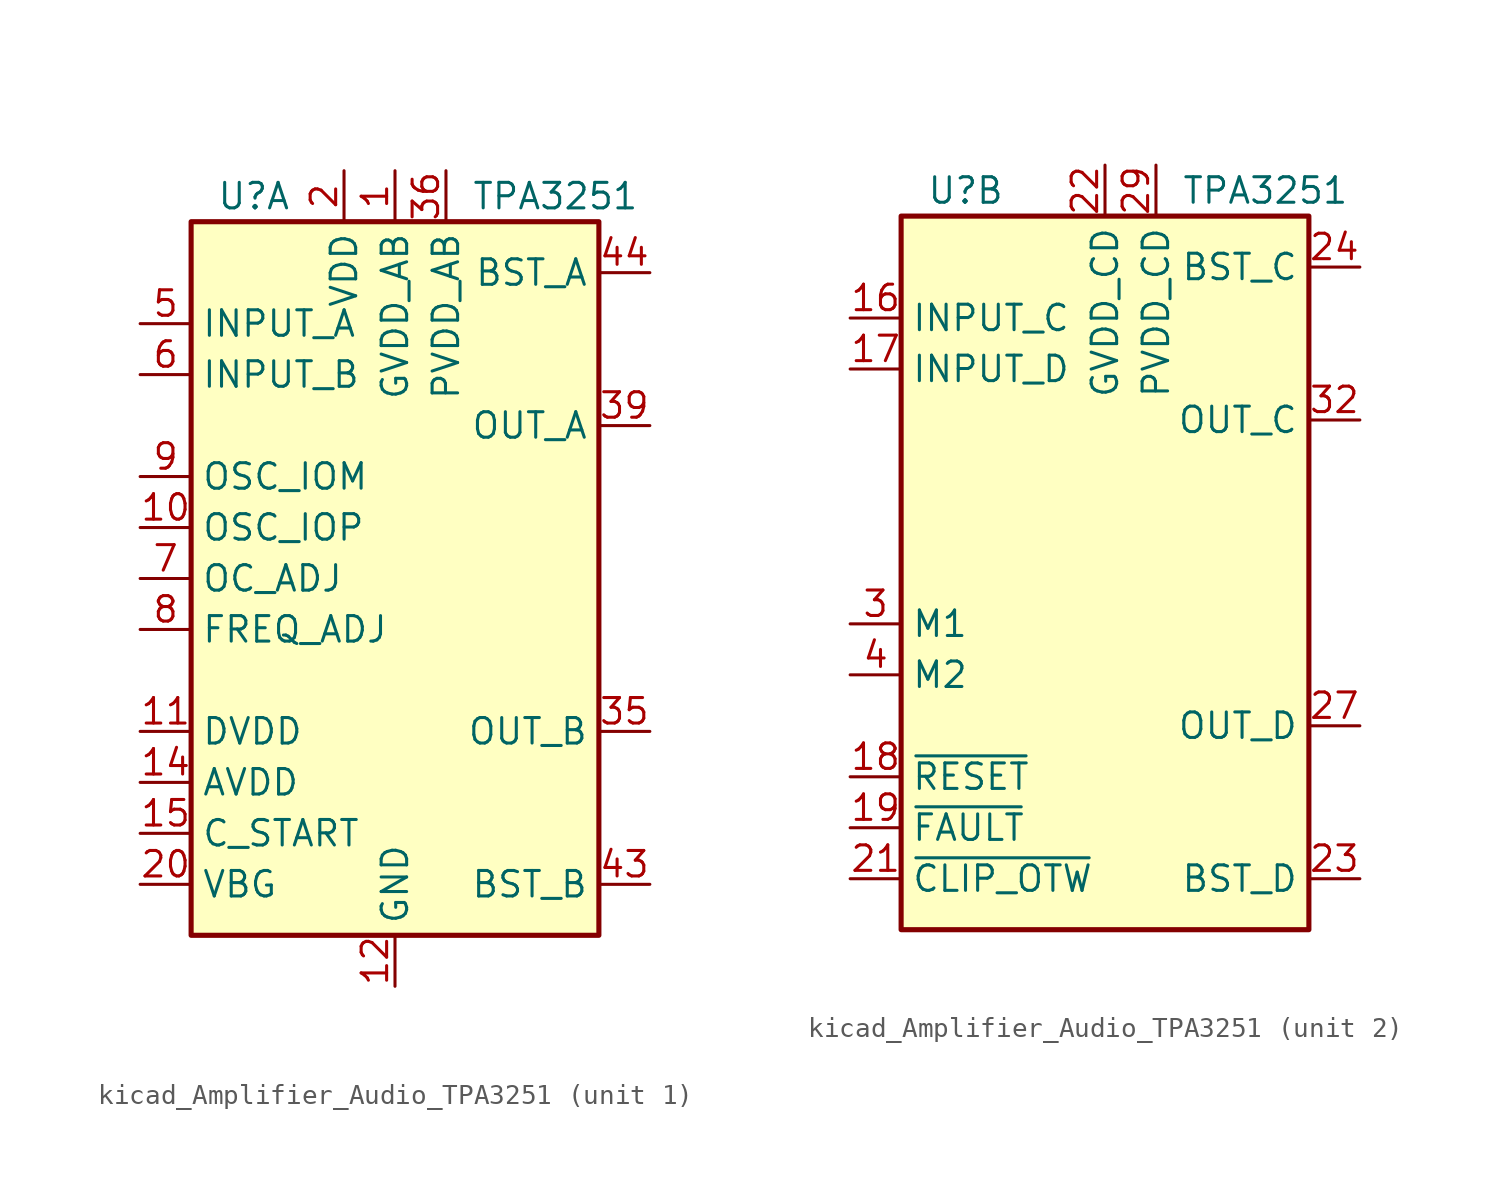
<source format=kicad_sym>
(kicad_symbol_lib
  (version 20220914)
  (generator kicad_symbol_editor)
  (symbol "kicad_Amplifier_Audio_TPA3251"
    (property "Reference" "U"
      (at -8.89 19.05 0)
      (effects (font (size 1.27 1.27)) (justify left)))
    (property "Value" "TPA3251"
      (at 3.81 19.05 0)
      (effects (font (size 1.27 1.27)) (justify left)))
    (property "ki_locked" ""
      (at 0 0 0)
      (effects (font (size 1.27 1.27))))
    (symbol "kicad_Amplifier_Audio_TPA3251_0_1"
      (rectangle (start -10.16 -17.78) (end 10.16 17.78) (stroke (width 0.254) (type default)) (fill (type background))))
    (symbol "kicad_Amplifier_Audio_TPA3251_1_1"
      (pin power_in line (at 0 20.32 270) (length 2.54) (name "GVDD_AB" (effects (font (size 1.27 1.27)))) (number "1" (effects (font (size 1.27 1.27)))))
      (pin bidirectional line (at -12.7 2.54 0) (length 2.54) (name "OSC_IOP" (effects (font (size 1.27 1.27)))) (number "10" (effects (font (size 1.27 1.27)))))
      (pin passive line (at -12.7 -7.62 0) (length 2.54) (name "DVDD" (effects (font (size 1.27 1.27)))) (number "11" (effects (font (size 1.27 1.27)))))
      (pin power_in line (at 0 -20.32 90) (length 2.54) (name "GND" (effects (font (size 1.27 1.27)))) (number "12" (effects (font (size 1.27 1.27)))))
      (pin passive line (at 0 -20.32 90) (length 2.54) hide (name "GND" (effects (font (size 1.27 1.27)))) (number "13" (effects (font (size 1.27 1.27)))))
      (pin passive line (at -12.7 -10.16 0) (length 2.54) (name "AVDD" (effects (font (size 1.27 1.27)))) (number "14" (effects (font (size 1.27 1.27)))))
      (pin passive line (at -12.7 -12.7 0) (length 2.54) (name "C_START" (effects (font (size 1.27 1.27)))) (number "15" (effects (font (size 1.27 1.27)))))
      (pin power_in line (at -2.54 20.32 270) (length 2.54) (name "VDD" (effects (font (size 1.27 1.27)))) (number "2" (effects (font (size 1.27 1.27)))))
      (pin passive line (at -12.7 -15.24 0) (length 2.54) (name "VBG" (effects (font (size 1.27 1.27)))) (number "20" (effects (font (size 1.27 1.27)))))
      (pin passive line (at 0 -20.32 90) (length 2.54) hide (name "GND" (effects (font (size 1.27 1.27)))) (number "25" (effects (font (size 1.27 1.27)))))
      (pin passive line (at 0 -20.32 90) (length 2.54) hide (name "GND" (effects (font (size 1.27 1.27)))) (number "26" (effects (font (size 1.27 1.27)))))
      (pin passive line (at 0 -20.32 90) (length 2.54) hide (name "GND" (effects (font (size 1.27 1.27)))) (number "33" (effects (font (size 1.27 1.27)))))
      (pin passive line (at 0 -20.32 90) (length 2.54) hide (name "GND" (effects (font (size 1.27 1.27)))) (number "34" (effects (font (size 1.27 1.27)))))
      (pin output line (at 12.7 -7.62 180) (length 2.54) (name "OUT_B" (effects (font (size 1.27 1.27)))) (number "35" (effects (font (size 1.27 1.27)))))
      (pin power_in line (at 2.54 20.32 270) (length 2.54) (name "PVDD_AB" (effects (font (size 1.27 1.27)))) (number "36" (effects (font (size 1.27 1.27)))))
      (pin passive line (at 2.54 20.32 270) (length 2.54) hide (name "PVDD_AB" (effects (font (size 1.27 1.27)))) (number "37" (effects (font (size 1.27 1.27)))))
      (pin passive line (at 2.54 20.32 270) (length 2.54) hide (name "PVDD_AB" (effects (font (size 1.27 1.27)))) (number "38" (effects (font (size 1.27 1.27)))))
      (pin output line (at 12.7 7.62 180) (length 2.54) (name "OUT_A" (effects (font (size 1.27 1.27)))) (number "39" (effects (font (size 1.27 1.27)))))
      (pin passive line (at 12.7 7.62 180) (length 2.54) hide (name "OUT_A" (effects (font (size 1.27 1.27)))) (number "40" (effects (font (size 1.27 1.27)))))
      (pin passive line (at 0 -20.32 90) (length 2.54) hide (name "GND" (effects (font (size 1.27 1.27)))) (number "41" (effects (font (size 1.27 1.27)))))
      (pin passive line (at 0 -20.32 90) (length 2.54) hide (name "GND" (effects (font (size 1.27 1.27)))) (number "42" (effects (font (size 1.27 1.27)))))
      (pin passive line (at 12.7 -15.24 180) (length 2.54) (name "BST_B" (effects (font (size 1.27 1.27)))) (number "43" (effects (font (size 1.27 1.27)))))
      (pin passive line (at 12.7 15.24 180) (length 2.54) (name "BST_A" (effects (font (size 1.27 1.27)))) (number "44" (effects (font (size 1.27 1.27)))))
      (pin input line (at -12.7 12.7 0) (length 2.54) (name "INPUT_A" (effects (font (size 1.27 1.27)))) (number "5" (effects (font (size 1.27 1.27)))))
      (pin input line (at -12.7 10.16 0) (length 2.54) (name "INPUT_B" (effects (font (size 1.27 1.27)))) (number "6" (effects (font (size 1.27 1.27)))))
      (pin passive line (at -12.7 0 0) (length 2.54) (name "OC_ADJ" (effects (font (size 1.27 1.27)))) (number "7" (effects (font (size 1.27 1.27)))))
      (pin passive line (at -12.7 -2.54 0) (length 2.54) (name "FREQ_ADJ" (effects (font (size 1.27 1.27)))) (number "8" (effects (font (size 1.27 1.27)))))
      (pin bidirectional line (at -12.7 5.08 0) (length 2.54) (name "OSC_IOM" (effects (font (size 1.27 1.27)))) (number "9" (effects (font (size 1.27 1.27))))))
    (symbol "kicad_Amplifier_Audio_TPA3251_2_1"
      (pin input line (at -12.7 12.7 0) (length 2.54) (name "INPUT_C" (effects (font (size 1.27 1.27)))) (number "16" (effects (font (size 1.27 1.27)))))
      (pin input line (at -12.7 10.16 0) (length 2.54) (name "INPUT_D" (effects (font (size 1.27 1.27)))) (number "17" (effects (font (size 1.27 1.27)))))
      (pin input line (at -12.7 -10.16 0) (length 2.54) (name "~{RESET}" (effects (font (size 1.27 1.27)))) (number "18" (effects (font (size 1.27 1.27)))))
      (pin open_collector line (at -12.7 -12.7 0) (length 2.54) (name "~{FAULT}" (effects (font (size 1.27 1.27)))) (number "19" (effects (font (size 1.27 1.27)))))
      (pin open_collector line (at -12.7 -15.24 0) (length 2.54) (name "~{CLIP_OTW}" (effects (font (size 1.27 1.27)))) (number "21" (effects (font (size 1.27 1.27)))))
      (pin power_in line (at 0 20.32 270) (length 2.54) (name "GVDD_CD" (effects (font (size 1.27 1.27)))) (number "22" (effects (font (size 1.27 1.27)))))
      (pin passive line (at 12.7 -15.24 180) (length 2.54) (name "BST_D" (effects (font (size 1.27 1.27)))) (number "23" (effects (font (size 1.27 1.27)))))
      (pin passive line (at 12.7 15.24 180) (length 2.54) (name "BST_C" (effects (font (size 1.27 1.27)))) (number "24" (effects (font (size 1.27 1.27)))))
      (pin output line (at 12.7 -7.62 180) (length 2.54) (name "OUT_D" (effects (font (size 1.27 1.27)))) (number "27" (effects (font (size 1.27 1.27)))))
      (pin passive line (at 12.7 -7.62 180) (length 2.54) hide (name "OUT_D" (effects (font (size 1.27 1.27)))) (number "28" (effects (font (size 1.27 1.27)))))
      (pin power_in line (at 2.54 20.32 270) (length 2.54) (name "PVDD_CD" (effects (font (size 1.27 1.27)))) (number "29" (effects (font (size 1.27 1.27)))))
      (pin input line (at -12.7 -2.54 0) (length 2.54) (name "M1" (effects (font (size 1.27 1.27)))) (number "3" (effects (font (size 1.27 1.27)))))
      (pin passive line (at 2.54 20.32 270) (length 2.54) hide (name "PVDD_CD" (effects (font (size 1.27 1.27)))) (number "30" (effects (font (size 1.27 1.27)))))
      (pin passive line (at 2.54 20.32 270) (length 2.54) hide (name "PVDD_CD" (effects (font (size 1.27 1.27)))) (number "31" (effects (font (size 1.27 1.27)))))
      (pin output line (at 12.7 7.62 180) (length 2.54) (name "OUT_C" (effects (font (size 1.27 1.27)))) (number "32" (effects (font (size 1.27 1.27)))))
      (pin input line (at -12.7 -5.08 0) (length 2.54) (name "M2" (effects (font (size 1.27 1.27)))) (number "4" (effects (font (size 1.27 1.27))))))))
</source>
